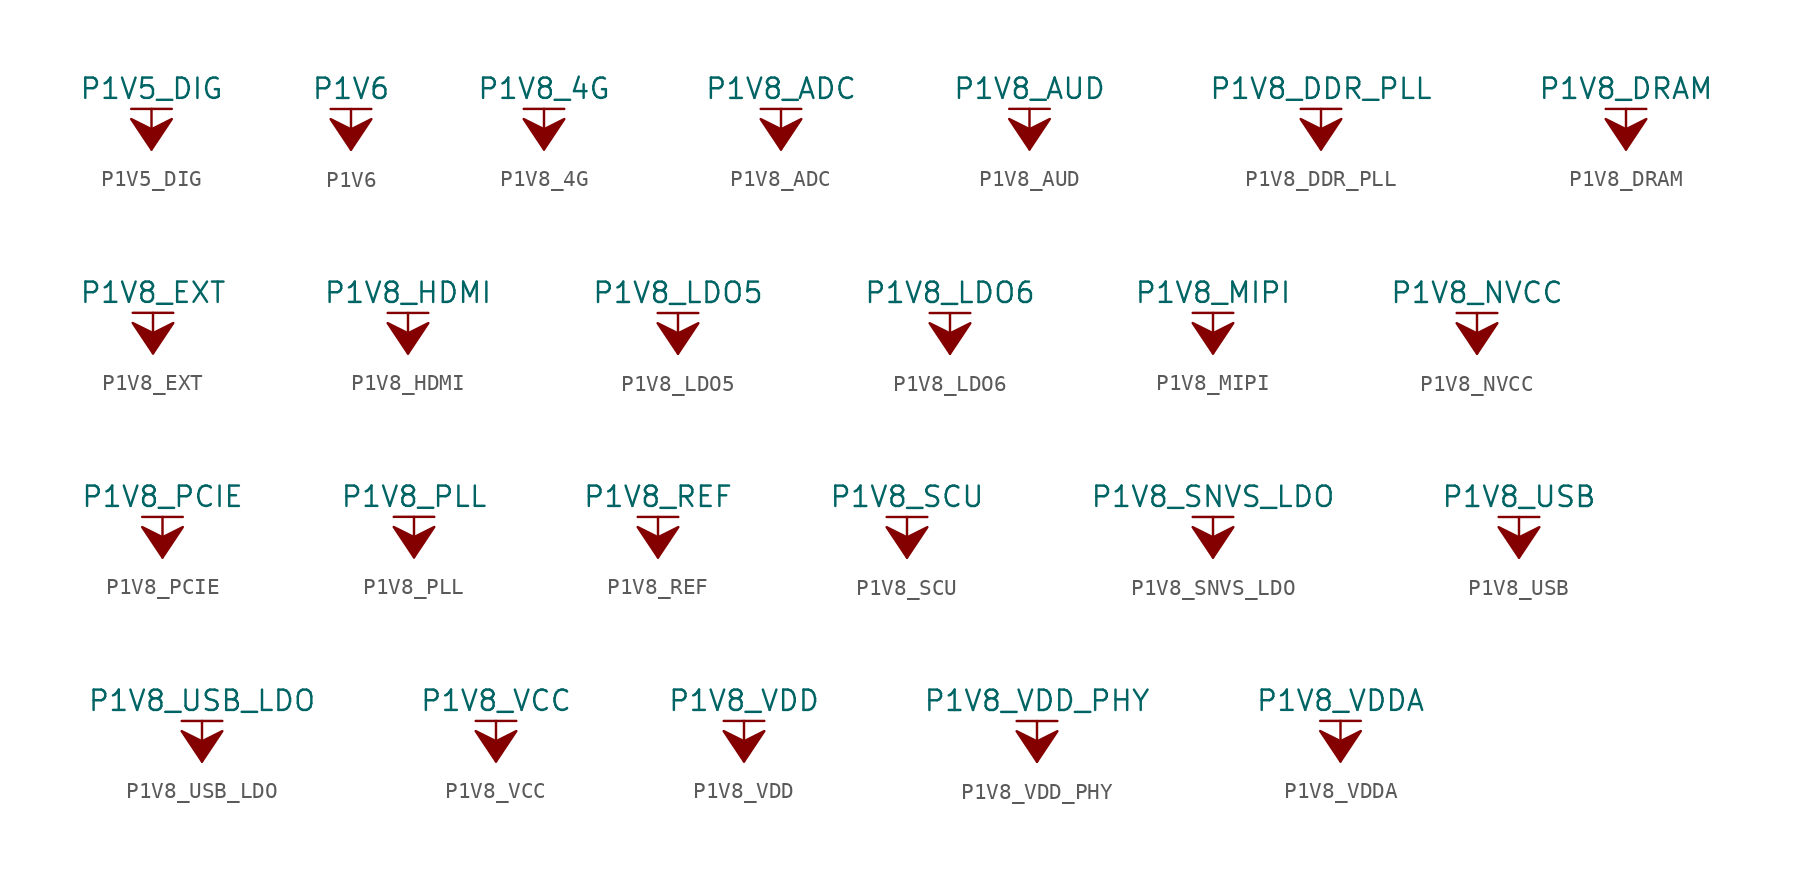
<source format=kicad_sym>
(kicad_symbol_lib
  (version 20211014)
  (generator kicad_symbol_editor)
  (symbol "P1V5_DIG"
    (power)
    (pin_names
      (offset 0))
    (property "Reference" "#PWR"
      (at 0 -3.81 0)
      (effects (font (size 1.27 1.27)) hide))
    (property "Value" "P1V5_DIG"
      (at 0 3.81 0)
      (effects (font (size 1.27 1.27))))
    (symbol "P1V5_DIG_0_1"
      (polyline (pts (xy -1.27 2.54) (xy 1.27 2.54)) (stroke (width 0.152) (type default) (color 0 0 0 0)) (fill (type none)))
      (polyline (pts (xy 0 0) (xy 0 2.54)) (stroke (width 0.152) (type default) (color 0 0 0 0)) (fill (type none)))
      (polyline (pts (xy 0 0) (xy 1.27 1.905) (xy 0 1.27) (xy -1.27 1.905) (xy 0 0)) (stroke (width 0.152) (type default) (color 0 0 0 0)) (fill (type outline))))
    (symbol "P1V5_DIG_1_1"
      (pin power_in line (at 0 0 90) (length 0) hide (name "P1V5_DIG" (effects (font (size 1.27 1.27)))) (number "1" (effects (font (size 1.27 1.27)))))))
  (symbol "P1V6"
    (power)
    (pin_names
      (offset 0))
    (property "Reference" "#PWR"
      (at 0 -3.81 0)
      (effects (font (size 1.27 1.27)) hide))
    (property "Value" "P1V6"
      (at 0 3.81 0)
      (effects (font (size 1.27 1.27))))
    (symbol "P1V6_0_1"
      (polyline (pts (xy -1.27 2.54) (xy 1.27 2.54)) (stroke (width 0.152) (type default) (color 0 0 0 0)) (fill (type none)))
      (polyline (pts (xy 0 0) (xy 0 2.54)) (stroke (width 0.152) (type default) (color 0 0 0 0)) (fill (type none)))
      (polyline (pts (xy 0 0) (xy 1.27 1.905) (xy 0 1.27) (xy -1.27 1.905) (xy 0 0)) (stroke (width 0.152) (type default) (color 0 0 0 0)) (fill (type outline))))
    (symbol "P1V6_1_1"
      (pin power_in line (at 0 0 90) (length 0) hide (name "P1V6" (effects (font (size 1.27 1.27)))) (number "1" (effects (font (size 1.27 1.27)))))))
  (symbol "P1V8_4G"
    (power)
    (pin_names
      (offset 0))
    (property "Reference" "#PWR"
      (at 0 -3.81 0)
      (effects (font (size 1.27 1.27)) hide))
    (property "Value" "P1V8_4G"
      (at 0 3.81 0)
      (effects (font (size 1.27 1.27))))
    (symbol "P1V8_4G_0_1"
      (polyline (pts (xy -1.27 2.54) (xy 1.27 2.54)) (stroke (width 0.152) (type default) (color 0 0 0 0)) (fill (type none)))
      (polyline (pts (xy 0 0) (xy 0 2.54)) (stroke (width 0.152) (type default) (color 0 0 0 0)) (fill (type none)))
      (polyline (pts (xy 0 0) (xy 1.27 1.905) (xy 0 1.27) (xy -1.27 1.905) (xy 0 0)) (stroke (width 0.152) (type default) (color 0 0 0 0)) (fill (type outline))))
    (symbol "P1V8_4G_1_1"
      (pin power_in line (at 0 0 90) (length 0) hide (name "P1V8_4G" (effects (font (size 1.27 1.27)))) (number "1" (effects (font (size 1.27 1.27)))))))
  (symbol "P1V8_ADC"
    (power)
    (pin_names
      (offset 0))
    (property "Reference" "#PWR"
      (at 0 -3.81 0)
      (effects (font (size 1.27 1.27)) hide))
    (property "Value" "P1V8_ADC"
      (at 0 3.81 0)
      (effects (font (size 1.27 1.27))))
    (symbol "P1V8_ADC_0_1"
      (polyline (pts (xy -1.27 2.54) (xy 1.27 2.54)) (stroke (width 0.152) (type default) (color 0 0 0 0)) (fill (type none)))
      (polyline (pts (xy 0 0) (xy 0 2.54)) (stroke (width 0.152) (type default) (color 0 0 0 0)) (fill (type none)))
      (polyline (pts (xy 0 0) (xy 1.27 1.905) (xy 0 1.27) (xy -1.27 1.905) (xy 0 0)) (stroke (width 0.152) (type default) (color 0 0 0 0)) (fill (type outline))))
    (symbol "P1V8_ADC_1_1"
      (pin power_in line (at 0 0 90) (length 0) hide (name "P1V8_ADC" (effects (font (size 1.27 1.27)))) (number "1" (effects (font (size 1.27 1.27)))))))
  (symbol "P1V8_AUD"
    (power)
    (pin_names
      (offset 0))
    (property "Reference" "#PWR"
      (at 0 -3.81 0)
      (effects (font (size 1.27 1.27)) hide))
    (property "Value" "P1V8_AUD"
      (at 0 3.81 0)
      (effects (font (size 1.27 1.27))))
    (symbol "P1V8_AUD_0_1"
      (polyline (pts (xy -1.27 2.54) (xy 1.27 2.54)) (stroke (width 0.152) (type default) (color 0 0 0 0)) (fill (type none)))
      (polyline (pts (xy 0 0) (xy 0 2.54)) (stroke (width 0.152) (type default) (color 0 0 0 0)) (fill (type none)))
      (polyline (pts (xy 0 0) (xy 1.27 1.905) (xy 0 1.27) (xy -1.27 1.905) (xy 0 0)) (stroke (width 0.152) (type default) (color 0 0 0 0)) (fill (type outline))))
    (symbol "P1V8_AUD_1_1"
      (pin power_in line (at 0 0 90) (length 0) hide (name "P1V8_AUD" (effects (font (size 1.27 1.27)))) (number "1" (effects (font (size 1.27 1.27)))))))
  (symbol "P1V8_DDR_PLL"
    (power)
    (pin_names
      (offset 0))
    (property "Reference" "#PWR"
      (at 0 -3.81 0)
      (effects (font (size 1.27 1.27)) hide))
    (property "Value" "P1V8_DDR_PLL"
      (at 0 3.81 0)
      (effects (font (size 1.27 1.27))))
    (symbol "P1V8_DDR_PLL_0_1"
      (polyline (pts (xy -1.27 2.54) (xy 1.27 2.54)) (stroke (width 0.152) (type default) (color 0 0 0 0)) (fill (type none)))
      (polyline (pts (xy 0 0) (xy 0 2.54)) (stroke (width 0.152) (type default) (color 0 0 0 0)) (fill (type none)))
      (polyline (pts (xy 0 0) (xy 1.27 1.905) (xy 0 1.27) (xy -1.27 1.905) (xy 0 0)) (stroke (width 0.152) (type default) (color 0 0 0 0)) (fill (type outline))))
    (symbol "P1V8_DDR_PLL_1_1"
      (pin power_in line (at 0 0 90) (length 0) hide (name "P1V8_DDR_PLL" (effects (font (size 1.27 1.27)))) (number "1" (effects (font (size 1.27 1.27)))))))
  (symbol "P1V8_DRAM"
    (power)
    (pin_names
      (offset 0))
    (property "Reference" "#PWR"
      (at 0 -3.81 0)
      (effects (font (size 1.27 1.27)) hide))
    (property "Value" "P1V8_DRAM"
      (at 0 3.81 0)
      (effects (font (size 1.27 1.27))))
    (symbol "P1V8_DRAM_0_1"
      (polyline (pts (xy -1.27 2.54) (xy 1.27 2.54)) (stroke (width 0.152) (type default) (color 0 0 0 0)) (fill (type none)))
      (polyline (pts (xy 0 0) (xy 0 2.54)) (stroke (width 0.152) (type default) (color 0 0 0 0)) (fill (type none)))
      (polyline (pts (xy 0 0) (xy 1.27 1.905) (xy 0 1.27) (xy -1.27 1.905) (xy 0 0)) (stroke (width 0.152) (type default) (color 0 0 0 0)) (fill (type outline))))
    (symbol "P1V8_DRAM_1_1"
      (pin power_in line (at 0 0 90) (length 0) hide (name "P1V8_DRAM" (effects (font (size 1.27 1.27)))) (number "1" (effects (font (size 1.27 1.27)))))))
  (symbol "P1V8_EXT"
    (power)
    (pin_names
      (offset 0))
    (property "Reference" "#PWR"
      (at 0 -3.81 0)
      (effects (font (size 1.27 1.27)) hide))
    (property "Value" "P1V8_EXT"
      (at 0 3.81 0)
      (effects (font (size 1.27 1.27))))
    (symbol "P1V8_EXT_0_1"
      (polyline (pts (xy -1.27 2.54) (xy 1.27 2.54)) (stroke (width 0.152) (type default) (color 0 0 0 0)) (fill (type none)))
      (polyline (pts (xy 0 0) (xy 0 2.54)) (stroke (width 0.152) (type default) (color 0 0 0 0)) (fill (type none)))
      (polyline (pts (xy 0 0) (xy 1.27 1.905) (xy 0 1.27) (xy -1.27 1.905) (xy 0 0)) (stroke (width 0.152) (type default) (color 0 0 0 0)) (fill (type outline))))
    (symbol "P1V8_EXT_1_1"
      (pin power_in line (at 0 0 90) (length 0) hide (name "P1V8_EXT" (effects (font (size 1.27 1.27)))) (number "1" (effects (font (size 1.27 1.27)))))))
  (symbol "P1V8_HDMI"
    (power)
    (pin_names
      (offset 0))
    (property "Reference" "#PWR"
      (at 0 -3.81 0)
      (effects (font (size 1.27 1.27)) hide))
    (property "Value" "P1V8_HDMI"
      (at 0 3.81 0)
      (effects (font (size 1.27 1.27))))
    (symbol "P1V8_HDMI_0_1"
      (polyline (pts (xy -1.27 2.54) (xy 1.27 2.54)) (stroke (width 0.152) (type default) (color 0 0 0 0)) (fill (type none)))
      (polyline (pts (xy 0 0) (xy 0 2.54)) (stroke (width 0.152) (type default) (color 0 0 0 0)) (fill (type none)))
      (polyline (pts (xy 0 0) (xy 1.27 1.905) (xy 0 1.27) (xy -1.27 1.905) (xy 0 0)) (stroke (width 0.152) (type default) (color 0 0 0 0)) (fill (type outline))))
    (symbol "P1V8_HDMI_1_1"
      (pin power_in line (at 0 0 90) (length 0) hide (name "P1V8_HDMI" (effects (font (size 1.27 1.27)))) (number "1" (effects (font (size 1.27 1.27)))))))
  (symbol "P1V8_LDO5"
    (power)
    (pin_names
      (offset 0))
    (property "Reference" "#PWR"
      (at 0 -3.81 0)
      (effects (font (size 1.27 1.27)) hide))
    (property "Value" "P1V8_LDO5"
      (at 0 3.81 0)
      (effects (font (size 1.27 1.27))))
    (symbol "P1V8_LDO5_0_1"
      (polyline (pts (xy -1.27 2.54) (xy 1.27 2.54)) (stroke (width 0.152) (type default) (color 0 0 0 0)) (fill (type none)))
      (polyline (pts (xy 0 0) (xy 0 2.54)) (stroke (width 0.152) (type default) (color 0 0 0 0)) (fill (type none)))
      (polyline (pts (xy 0 0) (xy 1.27 1.905) (xy 0 1.27) (xy -1.27 1.905) (xy 0 0)) (stroke (width 0.152) (type default) (color 0 0 0 0)) (fill (type outline))))
    (symbol "P1V8_LDO5_1_1"
      (pin power_in line (at 0 0 90) (length 0) hide (name "P1V8_LDO5" (effects (font (size 1.27 1.27)))) (number "1" (effects (font (size 1.27 1.27)))))))
  (symbol "P1V8_LDO6"
    (power)
    (pin_names
      (offset 0))
    (property "Reference" "#PWR"
      (at 0 -3.81 0)
      (effects (font (size 1.27 1.27)) hide))
    (property "Value" "P1V8_LDO6"
      (at 0 3.81 0)
      (effects (font (size 1.27 1.27))))
    (symbol "P1V8_LDO6_0_1"
      (polyline (pts (xy -1.27 2.54) (xy 1.27 2.54)) (stroke (width 0.152) (type default) (color 0 0 0 0)) (fill (type none)))
      (polyline (pts (xy 0 0) (xy 0 2.54)) (stroke (width 0.152) (type default) (color 0 0 0 0)) (fill (type none)))
      (polyline (pts (xy 0 0) (xy 1.27 1.905) (xy 0 1.27) (xy -1.27 1.905) (xy 0 0)) (stroke (width 0.152) (type default) (color 0 0 0 0)) (fill (type outline))))
    (symbol "P1V8_LDO6_1_1"
      (pin power_in line (at 0 0 90) (length 0) hide (name "P1V8_LDO6" (effects (font (size 1.27 1.27)))) (number "1" (effects (font (size 1.27 1.27)))))))
  (symbol "P1V8_MIPI"
    (power)
    (pin_names
      (offset 0))
    (property "Reference" "#PWR"
      (at 0 -3.81 0)
      (effects (font (size 1.27 1.27)) hide))
    (property "Value" "P1V8_MIPI"
      (at 0 3.81 0)
      (effects (font (size 1.27 1.27))))
    (symbol "P1V8_MIPI_0_1"
      (polyline (pts (xy -1.27 2.54) (xy 1.27 2.54)) (stroke (width 0.152) (type default) (color 0 0 0 0)) (fill (type none)))
      (polyline (pts (xy 0 0) (xy 0 2.54)) (stroke (width 0.152) (type default) (color 0 0 0 0)) (fill (type none)))
      (polyline (pts (xy 0 0) (xy 1.27 1.905) (xy 0 1.27) (xy -1.27 1.905) (xy 0 0)) (stroke (width 0.152) (type default) (color 0 0 0 0)) (fill (type outline))))
    (symbol "P1V8_MIPI_1_1"
      (pin power_in line (at 0 0 90) (length 0) hide (name "P1V8_MIPI" (effects (font (size 1.27 1.27)))) (number "1" (effects (font (size 1.27 1.27)))))))
  (symbol "P1V8_NVCC"
    (power)
    (pin_names
      (offset 0))
    (property "Reference" "#PWR"
      (at 0 -3.81 0)
      (effects (font (size 1.27 1.27)) hide))
    (property "Value" "P1V8_NVCC"
      (at 0 3.81 0)
      (effects (font (size 1.27 1.27))))
    (symbol "P1V8_NVCC_0_1"
      (polyline (pts (xy -1.27 2.54) (xy 1.27 2.54)) (stroke (width 0.152) (type default) (color 0 0 0 0)) (fill (type none)))
      (polyline (pts (xy 0 0) (xy 0 2.54)) (stroke (width 0.152) (type default) (color 0 0 0 0)) (fill (type none)))
      (polyline (pts (xy 0 0) (xy 1.27 1.905) (xy 0 1.27) (xy -1.27 1.905) (xy 0 0)) (stroke (width 0.152) (type default) (color 0 0 0 0)) (fill (type outline))))
    (symbol "P1V8_NVCC_1_1"
      (pin power_in line (at 0 0 90) (length 0) hide (name "P1V8_NVCC" (effects (font (size 1.27 1.27)))) (number "1" (effects (font (size 1.27 1.27)))))))
  (symbol "P1V8_PCIE"
    (power)
    (pin_names
      (offset 0))
    (property "Reference" "#PWR"
      (at 0 -3.81 0)
      (effects (font (size 1.27 1.27)) hide))
    (property "Value" "P1V8_PCIE"
      (at 0 3.81 0)
      (effects (font (size 1.27 1.27))))
    (symbol "P1V8_PCIE_0_1"
      (polyline (pts (xy -1.27 2.54) (xy 1.27 2.54)) (stroke (width 0.152) (type default) (color 0 0 0 0)) (fill (type none)))
      (polyline (pts (xy 0 0) (xy 0 2.54)) (stroke (width 0.152) (type default) (color 0 0 0 0)) (fill (type none)))
      (polyline (pts (xy 0 0) (xy 1.27 1.905) (xy 0 1.27) (xy -1.27 1.905) (xy 0 0)) (stroke (width 0.152) (type default) (color 0 0 0 0)) (fill (type outline))))
    (symbol "P1V8_PCIE_1_1"
      (pin power_in line (at 0 0 90) (length 0) hide (name "P1V8_PCIE" (effects (font (size 1.27 1.27)))) (number "1" (effects (font (size 1.27 1.27)))))))
  (symbol "P1V8_PLL"
    (power)
    (pin_names
      (offset 0))
    (property "Reference" "#PWR"
      (at 0 -3.81 0)
      (effects (font (size 1.27 1.27)) hide))
    (property "Value" "P1V8_PLL"
      (at 0 3.81 0)
      (effects (font (size 1.27 1.27))))
    (symbol "P1V8_PLL_0_1"
      (polyline (pts (xy -1.27 2.54) (xy 1.27 2.54)) (stroke (width 0.152) (type default) (color 0 0 0 0)) (fill (type none)))
      (polyline (pts (xy 0 0) (xy 0 2.54)) (stroke (width 0.152) (type default) (color 0 0 0 0)) (fill (type none)))
      (polyline (pts (xy 0 0) (xy 1.27 1.905) (xy 0 1.27) (xy -1.27 1.905) (xy 0 0)) (stroke (width 0.152) (type default) (color 0 0 0 0)) (fill (type outline))))
    (symbol "P1V8_PLL_1_1"
      (pin power_in line (at 0 0 90) (length 0) hide (name "P1V8_PLL" (effects (font (size 1.27 1.27)))) (number "1" (effects (font (size 1.27 1.27)))))))
  (symbol "P1V8_REF"
    (power)
    (pin_names
      (offset 0))
    (property "Reference" "#PWR"
      (at 0 -3.81 0)
      (effects (font (size 1.27 1.27)) hide))
    (property "Value" "P1V8_REF"
      (at 0 3.81 0)
      (effects (font (size 1.27 1.27))))
    (symbol "P1V8_REF_0_1"
      (polyline (pts (xy -1.27 2.54) (xy 1.27 2.54)) (stroke (width 0.152) (type default) (color 0 0 0 0)) (fill (type none)))
      (polyline (pts (xy 0 0) (xy 0 2.54)) (stroke (width 0.152) (type default) (color 0 0 0 0)) (fill (type none)))
      (polyline (pts (xy 0 0) (xy 1.27 1.905) (xy 0 1.27) (xy -1.27 1.905) (xy 0 0)) (stroke (width 0.152) (type default) (color 0 0 0 0)) (fill (type outline))))
    (symbol "P1V8_REF_1_1"
      (pin power_in line (at 0 0 90) (length 0) hide (name "P1V8_REF" (effects (font (size 1.27 1.27)))) (number "1" (effects (font (size 1.27 1.27)))))))
  (symbol "P1V8_SCU"
    (power)
    (pin_names
      (offset 0))
    (property "Reference" "#PWR"
      (at 0 -3.81 0)
      (effects (font (size 1.27 1.27)) hide))
    (property "Value" "P1V8_SCU"
      (at 0 3.81 0)
      (effects (font (size 1.27 1.27))))
    (symbol "P1V8_SCU_0_1"
      (polyline (pts (xy -1.27 2.54) (xy 1.27 2.54)) (stroke (width 0.152) (type default) (color 0 0 0 0)) (fill (type none)))
      (polyline (pts (xy 0 0) (xy 0 2.54)) (stroke (width 0.152) (type default) (color 0 0 0 0)) (fill (type none)))
      (polyline (pts (xy 0 0) (xy 1.27 1.905) (xy 0 1.27) (xy -1.27 1.905) (xy 0 0)) (stroke (width 0.152) (type default) (color 0 0 0 0)) (fill (type outline))))
    (symbol "P1V8_SCU_1_1"
      (pin power_in line (at 0 0 90) (length 0) hide (name "P1V8_SCU" (effects (font (size 1.27 1.27)))) (number "1" (effects (font (size 1.27 1.27)))))))
  (symbol "P1V8_SNVS_LDO"
    (power)
    (pin_names
      (offset 0))
    (property "Reference" "#PWR"
      (at 0 -3.81 0)
      (effects (font (size 1.27 1.27)) hide))
    (property "Value" "P1V8_SNVS_LDO"
      (at 0 3.81 0)
      (effects (font (size 1.27 1.27))))
    (symbol "P1V8_SNVS_LDO_0_1"
      (polyline (pts (xy -1.27 2.54) (xy 1.27 2.54)) (stroke (width 0.152) (type default) (color 0 0 0 0)) (fill (type none)))
      (polyline (pts (xy 0 0) (xy 0 2.54)) (stroke (width 0.152) (type default) (color 0 0 0 0)) (fill (type none)))
      (polyline (pts (xy 0 0) (xy 1.27 1.905) (xy 0 1.27) (xy -1.27 1.905) (xy 0 0)) (stroke (width 0.152) (type default) (color 0 0 0 0)) (fill (type outline))))
    (symbol "P1V8_SNVS_LDO_1_1"
      (pin power_in line (at 0 0 90) (length 0) hide (name "P1V8_SNVS_LDO" (effects (font (size 1.27 1.27)))) (number "1" (effects (font (size 1.27 1.27)))))))
  (symbol "P1V8_USB"
    (power)
    (pin_names
      (offset 0))
    (property "Reference" "#PWR"
      (at 0 -3.81 0)
      (effects (font (size 1.27 1.27)) hide))
    (property "Value" "P1V8_USB"
      (at 0 3.81 0)
      (effects (font (size 1.27 1.27))))
    (symbol "P1V8_USB_0_1"
      (polyline (pts (xy -1.27 2.54) (xy 1.27 2.54)) (stroke (width 0.152) (type default) (color 0 0 0 0)) (fill (type none)))
      (polyline (pts (xy 0 0) (xy 0 2.54)) (stroke (width 0.152) (type default) (color 0 0 0 0)) (fill (type none)))
      (polyline (pts (xy 0 0) (xy 1.27 1.905) (xy 0 1.27) (xy -1.27 1.905) (xy 0 0)) (stroke (width 0.152) (type default) (color 0 0 0 0)) (fill (type outline))))
    (symbol "P1V8_USB_1_1"
      (pin power_in line (at 0 0 90) (length 0) hide (name "P1V8_USB" (effects (font (size 1.27 1.27)))) (number "1" (effects (font (size 1.27 1.27)))))))
  (symbol "P1V8_USB_LDO"
    (power)
    (pin_names
      (offset 0))
    (property "Reference" "#PWR"
      (at 0 -3.81 0)
      (effects (font (size 1.27 1.27)) hide))
    (property "Value" "P1V8_USB_LDO"
      (at 0 3.81 0)
      (effects (font (size 1.27 1.27))))
    (symbol "P1V8_USB_LDO_0_1"
      (polyline (pts (xy -1.27 2.54) (xy 1.27 2.54)) (stroke (width 0.152) (type default) (color 0 0 0 0)) (fill (type none)))
      (polyline (pts (xy 0 0) (xy 0 2.54)) (stroke (width 0.152) (type default) (color 0 0 0 0)) (fill (type none)))
      (polyline (pts (xy 0 0) (xy 1.27 1.905) (xy 0 1.27) (xy -1.27 1.905) (xy 0 0)) (stroke (width 0.152) (type default) (color 0 0 0 0)) (fill (type outline))))
    (symbol "P1V8_USB_LDO_1_1"
      (pin power_in line (at 0 0 90) (length 0) hide (name "P1V8_USB_LDO" (effects (font (size 1.27 1.27)))) (number "1" (effects (font (size 1.27 1.27)))))))
  (symbol "P1V8_VCC"
    (power)
    (pin_names
      (offset 0))
    (property "Reference" "#PWR"
      (at 0 -3.81 0)
      (effects (font (size 1.27 1.27)) hide))
    (property "Value" "P1V8_VCC"
      (at 0 3.81 0)
      (effects (font (size 1.27 1.27))))
    (symbol "P1V8_VCC_0_1"
      (polyline (pts (xy -1.27 2.54) (xy 1.27 2.54)) (stroke (width 0.152) (type default) (color 0 0 0 0)) (fill (type none)))
      (polyline (pts (xy 0 0) (xy 0 2.54)) (stroke (width 0.152) (type default) (color 0 0 0 0)) (fill (type none)))
      (polyline (pts (xy 0 0) (xy 1.27 1.905) (xy 0 1.27) (xy -1.27 1.905) (xy 0 0)) (stroke (width 0.152) (type default) (color 0 0 0 0)) (fill (type outline))))
    (symbol "P1V8_VCC_1_1"
      (pin power_in line (at 0 0 90) (length 0) hide (name "P1V8_VCC" (effects (font (size 1.27 1.27)))) (number "1" (effects (font (size 1.27 1.27)))))))
  (symbol "P1V8_VDD"
    (power)
    (pin_names
      (offset 0))
    (property "Reference" "#PWR"
      (at 0 -3.81 0)
      (effects (font (size 1.27 1.27)) hide))
    (property "Value" "P1V8_VDD"
      (at 0 3.81 0)
      (effects (font (size 1.27 1.27))))
    (symbol "P1V8_VDD_0_1"
      (polyline (pts (xy -1.27 2.54) (xy 1.27 2.54)) (stroke (width 0.152) (type default) (color 0 0 0 0)) (fill (type none)))
      (polyline (pts (xy 0 0) (xy 0 2.54)) (stroke (width 0.152) (type default) (color 0 0 0 0)) (fill (type none)))
      (polyline (pts (xy 0 0) (xy 1.27 1.905) (xy 0 1.27) (xy -1.27 1.905) (xy 0 0)) (stroke (width 0.152) (type default) (color 0 0 0 0)) (fill (type outline))))
    (symbol "P1V8_VDD_1_1"
      (pin power_in line (at 0 0 90) (length 0) hide (name "P1V8_VDD" (effects (font (size 1.27 1.27)))) (number "1" (effects (font (size 1.27 1.27)))))))
  (symbol "P1V8_VDD_PHY"
    (power)
    (pin_names
      (offset 0))
    (property "Reference" "#PWR"
      (at 0 -3.81 0)
      (effects (font (size 1.27 1.27)) hide))
    (property "Value" "P1V8_VDD_PHY"
      (at 0 3.81 0)
      (effects (font (size 1.27 1.27))))
    (symbol "P1V8_VDD_PHY_0_1"
      (polyline (pts (xy -1.27 2.54) (xy 1.27 2.54)) (stroke (width 0.152) (type default) (color 0 0 0 0)) (fill (type none)))
      (polyline (pts (xy 0 0) (xy 0 2.54)) (stroke (width 0.152) (type default) (color 0 0 0 0)) (fill (type none)))
      (polyline (pts (xy 0 0) (xy 1.27 1.905) (xy 0 1.27) (xy -1.27 1.905) (xy 0 0)) (stroke (width 0.152) (type default) (color 0 0 0 0)) (fill (type outline))))
    (symbol "P1V8_VDD_PHY_1_1"
      (pin power_in line (at 0 0 90) (length 0) hide (name "P1V8_VDD_PHY" (effects (font (size 1.27 1.27)))) (number "1" (effects (font (size 1.27 1.27)))))))
  (symbol "P1V8_VDDA"
    (power)
    (pin_names
      (offset 0))
    (property "Reference" "#PWR"
      (at 0 -3.81 0)
      (effects (font (size 1.27 1.27)) hide))
    (property "Value" "P1V8_VDDA"
      (at 0 3.81 0)
      (effects (font (size 1.27 1.27))))
    (symbol "P1V8_VDDA_0_1"
      (polyline (pts (xy -1.27 2.54) (xy 1.27 2.54)) (stroke (width 0.152) (type default) (color 0 0 0 0)) (fill (type none)))
      (polyline (pts (xy 0 0) (xy 0 2.54)) (stroke (width 0.152) (type default) (color 0 0 0 0)) (fill (type none)))
      (polyline (pts (xy 0 0) (xy 1.27 1.905) (xy 0 1.27) (xy -1.27 1.905) (xy 0 0)) (stroke (width 0.152) (type default) (color 0 0 0 0)) (fill (type outline))))
    (symbol "P1V8_VDDA_1_1"
      (pin power_in line (at 0 0 90) (length 0) hide (name "P1V8_VDDA" (effects (font (size 1.27 1.27)))) (number "1" (effects (font (size 1.27 1.27))))))))
</source>
